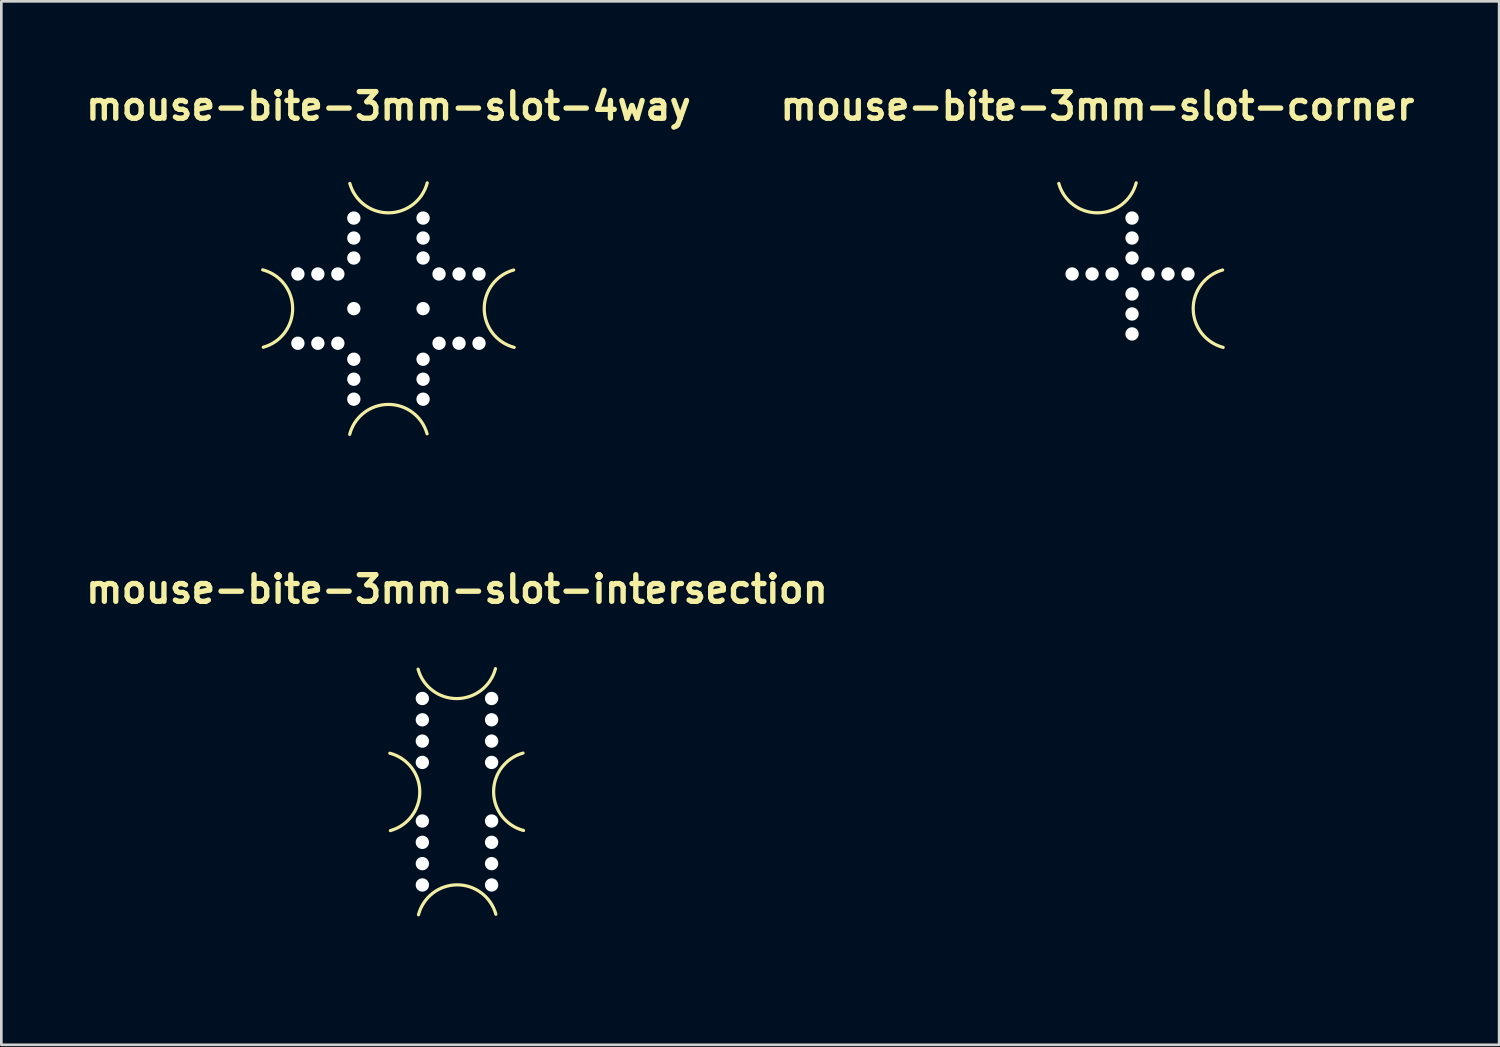
<source format=kicad_pcb>
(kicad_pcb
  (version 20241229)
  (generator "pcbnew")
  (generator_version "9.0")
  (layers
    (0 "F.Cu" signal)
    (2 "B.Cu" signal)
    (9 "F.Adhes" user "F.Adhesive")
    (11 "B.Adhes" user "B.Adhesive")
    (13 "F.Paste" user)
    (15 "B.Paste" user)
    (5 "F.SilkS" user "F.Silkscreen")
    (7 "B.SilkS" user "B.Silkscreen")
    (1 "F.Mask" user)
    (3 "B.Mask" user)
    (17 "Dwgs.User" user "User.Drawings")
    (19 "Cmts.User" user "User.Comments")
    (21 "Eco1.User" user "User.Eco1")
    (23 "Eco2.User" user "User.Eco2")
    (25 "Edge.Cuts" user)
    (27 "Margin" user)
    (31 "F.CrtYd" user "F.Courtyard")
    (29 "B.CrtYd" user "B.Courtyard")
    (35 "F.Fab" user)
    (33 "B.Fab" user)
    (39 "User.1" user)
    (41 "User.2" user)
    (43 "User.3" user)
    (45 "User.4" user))
  (footprint "mouse-bite-3mm-slot-4way"
    (layer "F.Cu")
    (at 11.533 8.536)
    (property "Reference" "mouse-bite-3mm-slot-4way" (at 0 -7.6 0) (layer "F.SilkS") (effects (font (size 1 1) (thickness 0.2))))
    (attr through_hole)
    (fp_arc (start -4.72141 -1.455737) (mid -3.59588 -0.011083) (end -4.7 1.45) (stroke (width 0.12) (type solid)) (layer "F.SilkS"))
    (fp_arc (start -1.455737 4.72141) (mid -0.011083 3.59588) (end 1.45 4.7) (stroke (width 0.12) (type solid)) (layer "F.SilkS"))
    (fp_arc (start 1.455737 -4.72141) (mid 0.011083 -3.59588) (end -1.45 -4.7) (stroke (width 0.12) (type solid)) (layer "F.SilkS"))
    (fp_arc (start 4.72141 1.455737) (mid 3.59588 0.011083) (end 4.7 -1.45) (stroke (width 0.12) (type solid)) (layer "F.SilkS"))
    (fp_line (start -5.1 0) (end -5.1 0) (stroke (width 3) (type solid)) (layer "Eco1.User"))
    (fp_line (start 0 -5.1) (end 0 -5.1) (stroke (width 3) (type solid)) (layer "Eco1.User"))
    (fp_line (start 0 5.1) (end 0 5.1) (stroke (width 3) (type solid)) (layer "Eco1.User"))
    (fp_line (start 5.1 0) (end 5.1 0) (stroke (width 3) (type solid)) (layer "Eco1.User"))
    (pad "" np_thru_hole circle (at -3.4 -1.3 180) (size 0.5 0.5) (drill 0.5) (layers "*.Cu" "*.Mask"))
    (pad "" np_thru_hole circle (at -3.4 1.3 180) (size 0.5 0.5) (drill 0.5) (layers "*.Cu" "*.Mask"))
    (pad "" np_thru_hole circle (at -2.65 -1.3 180) (size 0.5 0.5) (drill 0.5) (layers "*.Cu" "*.Mask"))
    (pad "" np_thru_hole circle (at -2.65 1.3 180) (size 0.5 0.5) (drill 0.5) (layers "*.Cu" "*.Mask"))
    (pad "" np_thru_hole circle (at -1.9 -1.3 180) (size 0.5 0.5) (drill 0.5) (layers "*.Cu" "*.Mask"))
    (pad "" np_thru_hole circle (at -1.9 1.3 180) (size 0.5 0.5) (drill 0.5) (layers "*.Cu" "*.Mask"))
    (pad "" np_thru_hole circle (at -1.3 -3.4 90) (size 0.5 0.5) (drill 0.5) (layers "*.Cu" "*.Mask"))
    (pad "" np_thru_hole circle (at -1.3 -2.65 90) (size 0.5 0.5) (drill 0.5) (layers "*.Cu" "*.Mask"))
    (pad "" np_thru_hole circle (at -1.3 -1.9 90) (size 0.5 0.5) (drill 0.5) (layers "*.Cu" "*.Mask"))
    (pad "" np_thru_hole circle (at -1.3 0 90) (size 0.5 0.5) (drill 0.5) (layers "*.Cu" "*.Mask"))
    (pad "" np_thru_hole circle (at -1.3 1.9 270) (size 0.5 0.5) (drill 0.5) (layers "*.Cu" "*.Mask"))
    (pad "" np_thru_hole circle (at -1.3 2.65 270) (size 0.5 0.5) (drill 0.5) (layers "*.Cu" "*.Mask"))
    (pad "" np_thru_hole circle (at -1.3 3.4 270) (size 0.5 0.5) (drill 0.5) (layers "*.Cu" "*.Mask"))
    (pad "" np_thru_hole circle (at 1.3 -3.4 90) (size 0.5 0.5) (drill 0.5) (layers "*.Cu" "*.Mask"))
    (pad "" np_thru_hole circle (at 1.3 -2.65 90) (size 0.5 0.5) (drill 0.5) (layers "*.Cu" "*.Mask"))
    (pad "" np_thru_hole circle (at 1.3 -1.9 90) (size 0.5 0.5) (drill 0.5) (layers "*.Cu" "*.Mask"))
    (pad "" np_thru_hole circle (at 1.3 0 90) (size 0.5 0.5) (drill 0.5) (layers "*.Cu" "*.Mask"))
    (pad "" np_thru_hole circle (at 1.3 1.9 270) (size 0.5 0.5) (drill 0.5) (layers "*.Cu" "*.Mask"))
    (pad "" np_thru_hole circle (at 1.3 2.65 270) (size 0.5 0.5) (drill 0.5) (layers "*.Cu" "*.Mask"))
    (pad "" np_thru_hole circle (at 1.3 3.4 270) (size 0.5 0.5) (drill 0.5) (layers "*.Cu" "*.Mask"))
    (pad "" np_thru_hole circle (at 1.9 -1.3) (size 0.5 0.5) (drill 0.5) (layers "*.Cu" "*.Mask"))
    (pad "" np_thru_hole circle (at 1.9 1.3) (size 0.5 0.5) (drill 0.5) (layers "*.Cu" "*.Mask"))
    (pad "" np_thru_hole circle (at 2.65 -1.3) (size 0.5 0.5) (drill 0.5) (layers "*.Cu" "*.Mask"))
    (pad "" np_thru_hole circle (at 2.65 1.3) (size 0.5 0.5) (drill 0.5) (layers "*.Cu" "*.Mask"))
    (pad "" np_thru_hole circle (at 3.4 -1.3) (size 0.5 0.5) (drill 0.5) (layers "*.Cu" "*.Mask"))
    (pad "" np_thru_hole circle (at 3.4 1.3) (size 0.5 0.5) (drill 0.5) (layers "*.Cu" "*.Mask")))
  (footprint "mouse-bite-3mm-slot-corner"
    (layer "F.Cu")
    (at 38.148 8.536)
    (property "Reference" "mouse-bite-3mm-slot-corner" (at 0 -7.6 0) (layer "F.SilkS") (effects (font (size 1 1) (thickness 0.2))))
    (attr through_hole)
    (fp_arc (start 1.455737 -4.72141) (mid 0.011083 -3.59588) (end -1.45 -4.7) (stroke (width 0.12) (type solid)) (layer "F.SilkS"))
    (fp_arc (start 4.72141 1.455737) (mid 3.59588 0.011083) (end 4.7 -1.45) (stroke (width 0.12) (type solid)) (layer "F.SilkS"))
    (fp_line (start 0 -5.1) (end 0 -5.1) (stroke (width 3) (type solid)) (layer "Eco1.User"))
    (fp_line (start 5.1 0) (end 5.1 0) (stroke (width 3) (type solid)) (layer "Eco1.User"))
    (pad "" np_thru_hole circle (at -0.95 -1.3) (size 0.5 0.5) (drill 0.5) (layers "*.Cu" "*.Mask"))
    (pad "" np_thru_hole circle (at -0.2 -1.3) (size 0.5 0.5) (drill 0.5) (layers "*.Cu" "*.Mask"))
    (pad "" np_thru_hole circle (at 0.55 -1.3) (size 0.5 0.5) (drill 0.5) (layers "*.Cu" "*.Mask"))
    (pad "" np_thru_hole circle (at 1.3 -3.4 90) (size 0.5 0.5) (drill 0.5) (layers "*.Cu" "*.Mask"))
    (pad "" np_thru_hole circle (at 1.3 -2.65 90) (size 0.5 0.5) (drill 0.5) (layers "*.Cu" "*.Mask"))
    (pad "" np_thru_hole circle (at 1.3 -1.9 90) (size 0.5 0.5) (drill 0.5) (layers "*.Cu" "*.Mask"))
    (pad "" np_thru_hole circle (at 1.3 -0.55 90) (size 0.5 0.5) (drill 0.5) (layers "*.Cu" "*.Mask"))
    (pad "" np_thru_hole circle (at 1.3 0.2 90) (size 0.5 0.5) (drill 0.5) (layers "*.Cu" "*.Mask"))
    (pad "" np_thru_hole circle (at 1.3 0.95 90) (size 0.5 0.5) (drill 0.5) (layers "*.Cu" "*.Mask"))
    (pad "" np_thru_hole circle (at 1.9 -1.3) (size 0.5 0.5) (drill 0.5) (layers "*.Cu" "*.Mask"))
    (pad "" np_thru_hole circle (at 2.65 -1.3) (size 0.5 0.5) (drill 0.5) (layers "*.Cu" "*.Mask"))
    (pad "" np_thru_hole circle (at 3.4 -1.3) (size 0.5 0.5) (drill 0.5) (layers "*.Cu" "*.Mask")))
  (footprint "mouse-bite-3mm-slot-intersection"
    (layer "F.Cu")
    (at 14.105 26.672)
    (property "Reference" "mouse-bite-3mm-slot-intersection" (at 0 -7.6 0) (layer "F.SilkS") (effects (font (size 1 1) (thickness 0.2))))
    (attr through_hole)
    (fp_arc (start -2.520316 -1.445451) (mid -1.395877 -0.000517) (end -2.500001 1.459999) (stroke (width 0.12) (type solid)) (layer "F.SilkS"))
    (fp_arc (start -1.445451 4.620316) (mid -0.000517 3.495877) (end 1.459999 4.600001) (stroke (width 0.12) (type solid)) (layer "F.SilkS"))
    (fp_arc (start 1.445451 -4.620316) (mid 0.000517 -3.495877) (end -1.459999 -4.600001) (stroke (width 0.12) (type solid)) (layer "F.SilkS"))
    (fp_arc (start 2.5 1.455451) (mid 1.375561 0.010517) (end 2.479685 -1.449999) (stroke (width 0.12) (type solid)) (layer "F.SilkS"))
    (fp_line (start -2.9 0) (end -2.9 0) (stroke (width 3) (type solid)) (layer "Eco1.User"))
    (fp_line (start 0 -5) (end 0 -5) (stroke (width 3) (type solid)) (layer "Eco1.User"))
    (fp_line (start 0 5) (end 0 5) (stroke (width 3) (type solid)) (layer "Eco1.User"))
    (fp_line (start 2.9 0) (end 2.9 0) (stroke (width 3) (type solid)) (layer "Eco1.User"))
    (pad "" np_thru_hole circle (at -1.3 -3.5 90) (size 0.5 0.5) (drill 0.5) (layers "*.Cu" "*.Mask"))
    (pad "" np_thru_hole circle (at -1.3 -2.7 90) (size 0.5 0.5) (drill 0.5) (layers "*.Cu" "*.Mask"))
    (pad "" np_thru_hole circle (at -1.3 -1.9 90) (size 0.5 0.5) (drill 0.5) (layers "*.Cu" "*.Mask"))
    (pad "" np_thru_hole circle (at -1.3 -1.1 270) (size 0.5 0.5) (drill 0.5) (layers "*.Cu" "*.Mask"))
    (pad "" np_thru_hole circle (at -1.3 1.1 270) (size 0.5 0.5) (drill 0.5) (layers "*.Cu" "*.Mask"))
    (pad "" np_thru_hole circle (at -1.3 1.9 270) (size 0.5 0.5) (drill 0.5) (layers "*.Cu" "*.Mask"))
    (pad "" np_thru_hole circle (at -1.3 2.7 270) (size 0.5 0.5) (drill 0.5) (layers "*.Cu" "*.Mask"))
    (pad "" np_thru_hole circle (at -1.3 3.5 270) (size 0.5 0.5) (drill 0.5) (layers "*.Cu" "*.Mask"))
    (pad "" np_thru_hole circle (at 1.3 -3.5 90) (size 0.5 0.5) (drill 0.5) (layers "*.Cu" "*.Mask"))
    (pad "" np_thru_hole circle (at 1.3 -2.7 90) (size 0.5 0.5) (drill 0.5) (layers "*.Cu" "*.Mask"))
    (pad "" np_thru_hole circle (at 1.3 -1.9 90) (size 0.5 0.5) (drill 0.5) (layers "*.Cu" "*.Mask"))
    (pad "" np_thru_hole circle (at 1.3 -1.1 270) (size 0.5 0.5) (drill 0.5) (layers "*.Cu" "*.Mask"))
    (pad "" np_thru_hole circle (at 1.3 1.1 270) (size 0.5 0.5) (drill 0.5) (layers "*.Cu" "*.Mask"))
    (pad "" np_thru_hole circle (at 1.3 1.9 270) (size 0.5 0.5) (drill 0.5) (layers "*.Cu" "*.Mask"))
    (pad "" np_thru_hole circle (at 1.3 2.7 270) (size 0.5 0.5) (drill 0.5) (layers "*.Cu" "*.Mask"))
    (pad "" np_thru_hole circle (at 1.3 3.5 270) (size 0.5 0.5) (drill 0.5) (layers "*.Cu" "*.Mask")))
  (gr_rect
    (start -3 -3)
    (end 53.229 36.172)
    (stroke (width 0.1) (type default))
    (fill no)
    (layer "Edge.Cuts")))
</source>
